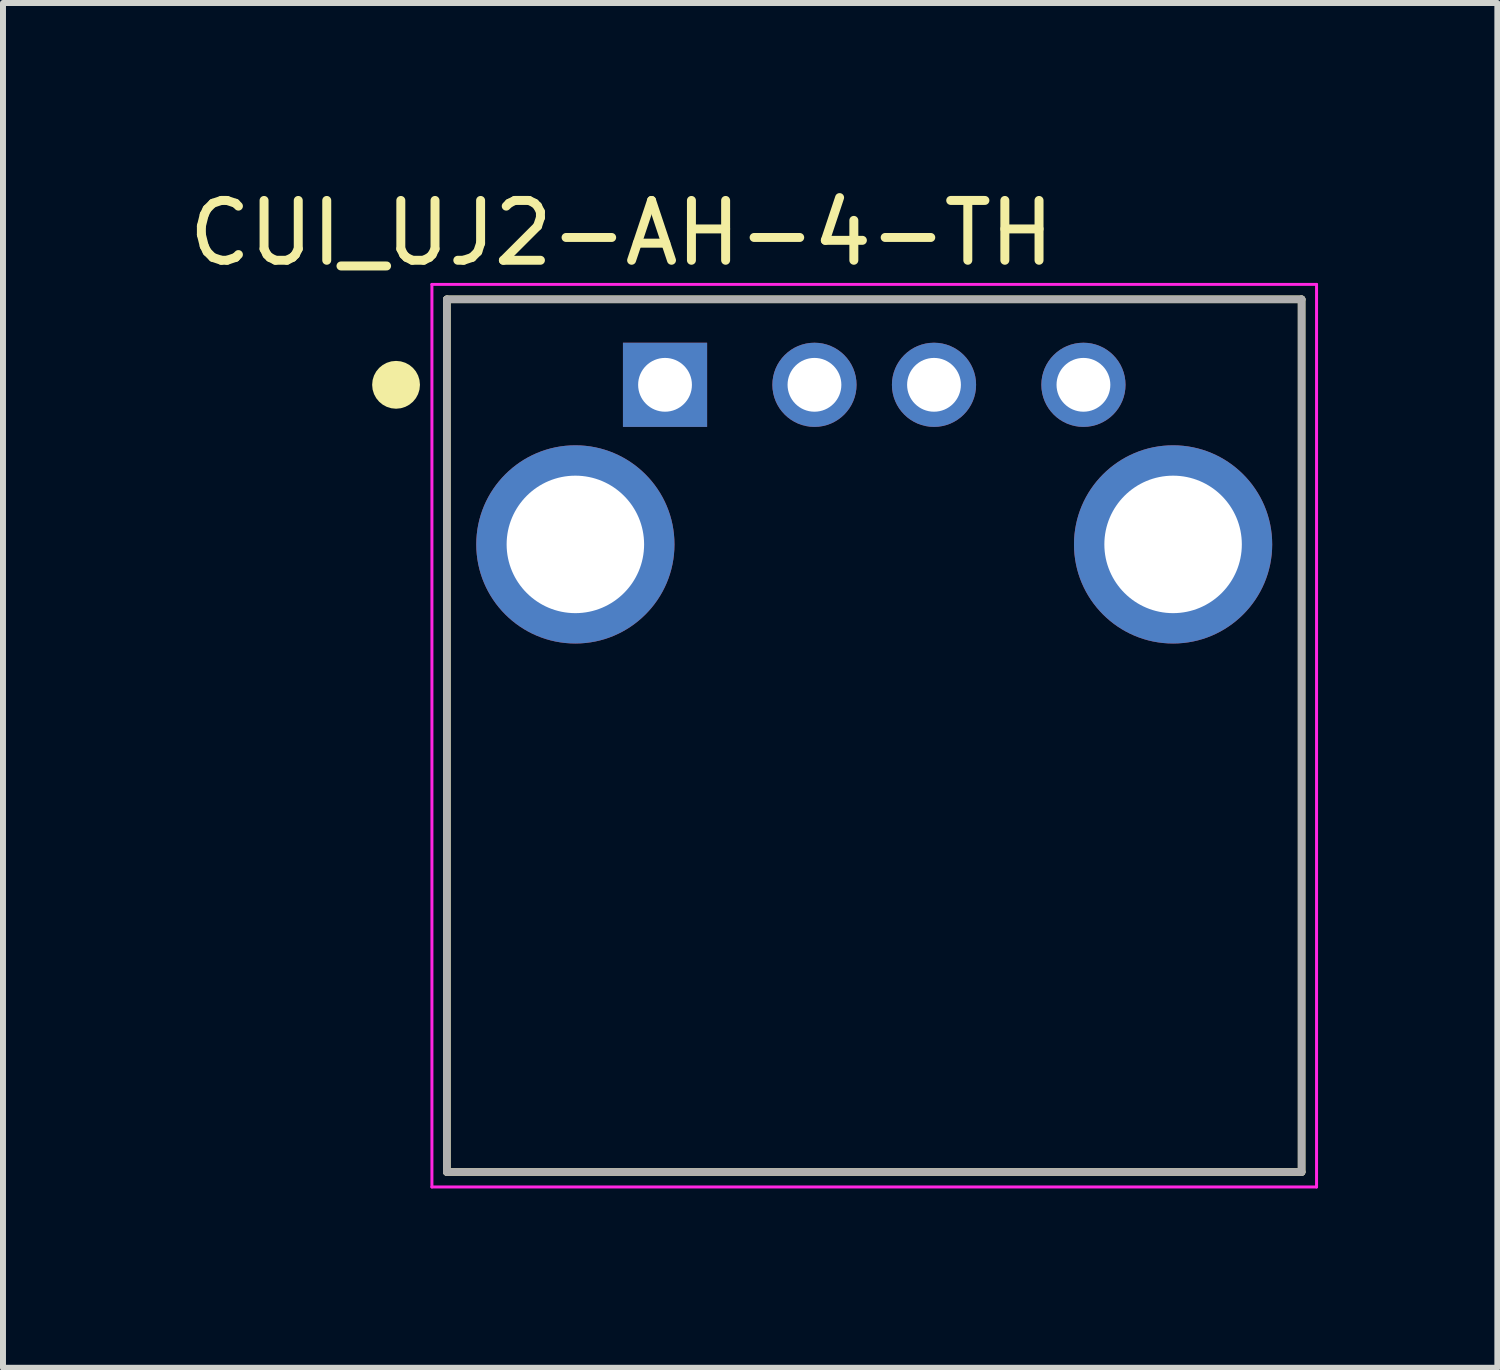
<source format=kicad_pcb>
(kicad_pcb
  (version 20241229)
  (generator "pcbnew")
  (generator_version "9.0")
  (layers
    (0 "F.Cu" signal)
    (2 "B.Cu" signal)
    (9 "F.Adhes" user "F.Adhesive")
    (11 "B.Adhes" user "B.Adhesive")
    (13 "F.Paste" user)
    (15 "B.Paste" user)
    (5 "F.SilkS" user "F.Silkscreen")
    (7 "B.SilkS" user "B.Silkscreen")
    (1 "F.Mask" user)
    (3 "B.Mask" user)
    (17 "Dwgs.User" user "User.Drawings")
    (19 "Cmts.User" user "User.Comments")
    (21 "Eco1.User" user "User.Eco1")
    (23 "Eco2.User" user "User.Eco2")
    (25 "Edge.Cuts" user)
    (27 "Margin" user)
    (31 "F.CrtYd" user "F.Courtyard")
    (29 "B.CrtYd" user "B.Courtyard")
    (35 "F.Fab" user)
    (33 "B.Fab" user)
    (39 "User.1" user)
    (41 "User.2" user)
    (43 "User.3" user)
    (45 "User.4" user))
  (footprint "CUI_UJ2-AH-4-TH"
    (layer "F.Cu")
    (at 8.076 3.388)
    (property "Reference" "CUI_UJ2-AH-4-TH" (at -0.726 -2.539 0) (layer "F.SilkS") (effects (font (size 1.001 1.001) (thickness 0.15))))
    (attr through_hole)
    (fp_line (start -3.65 -1.43) (end 10.65 -1.43) (stroke (width 0.127) (type solid)) (layer "F.SilkS"))
    (fp_line (start -3.65 13.17) (end -3.65 -1.43) (stroke (width 0.127) (type solid)) (layer "F.SilkS"))
    (fp_line (start 10.65 -1.43) (end 10.65 13.17) (stroke (width 0.127) (type solid)) (layer "F.SilkS"))
    (fp_line (start 10.65 13.17) (end -3.65 13.17) (stroke (width 0.127) (type solid)) (layer "F.SilkS"))
    (fp_circle (center -4.5 0) (end -4.3 0) (stroke (width 0.4) (type solid)) (fill no) (layer "F.SilkS"))
    (fp_line (start -3.9 -1.68) (end 10.9 -1.68) (stroke (width 0.05) (type solid)) (layer "F.CrtYd"))
    (fp_line (start -3.9 13.42) (end -3.9 -1.68) (stroke (width 0.05) (type solid)) (layer "F.CrtYd"))
    (fp_line (start 10.9 -1.68) (end 10.9 13.42) (stroke (width 0.05) (type solid)) (layer "F.CrtYd"))
    (fp_line (start 10.9 13.42) (end -3.9 13.42) (stroke (width 0.05) (type solid)) (layer "F.CrtYd"))
    (fp_line (start -3.65 -1.43) (end 10.65 -1.43) (stroke (width 0.127) (type solid)) (layer "F.Fab"))
    (fp_line (start -3.65 13.17) (end -3.65 -1.43) (stroke (width 0.127) (type solid)) (layer "F.Fab"))
    (fp_line (start 10.65 -1.43) (end 10.65 13.17) (stroke (width 0.127) (type solid)) (layer "F.Fab"))
    (fp_line (start 10.65 13.17) (end -3.65 13.17) (stroke (width 0.127) (type solid)) (layer "F.Fab"))
    (fp_circle (center 0 0) (end 0.2 0) (stroke (width 0.4) (type solid)) (fill no) (layer "F.Fab"))
    (pad "1" thru_hole rect (at 0 0) (size 1.408 1.408) (drill 0.9) (layers "*.Cu" "*.Mask"))
    (pad "2" thru_hole circle (at 2.5 0) (size 1.408 1.408) (drill 0.9) (layers "*.Cu" "*.Mask"))
    (pad "3" thru_hole circle (at 4.5 0) (size 1.408 1.408) (drill 0.9) (layers "*.Cu" "*.Mask"))
    (pad "4" thru_hole circle (at 7 0) (size 1.408 1.408) (drill 0.9) (layers "*.Cu" "*.Mask"))
    (pad "SH1" thru_hole circle (at -1.5 2.67) (size 3.316 3.316) (drill 2.3) (layers "*.Cu" "*.Mask"))
    (pad "SH2" thru_hole circle (at 8.5 2.67) (size 3.316 3.316) (drill 2.3) (layers "*.Cu" "*.Mask")))
  (gr_rect
    (start -3 -3)
    (end 22.001 19.833)
    (stroke (width 0.1) (type default))
    (fill no)
    (layer "Edge.Cuts")))
</source>
